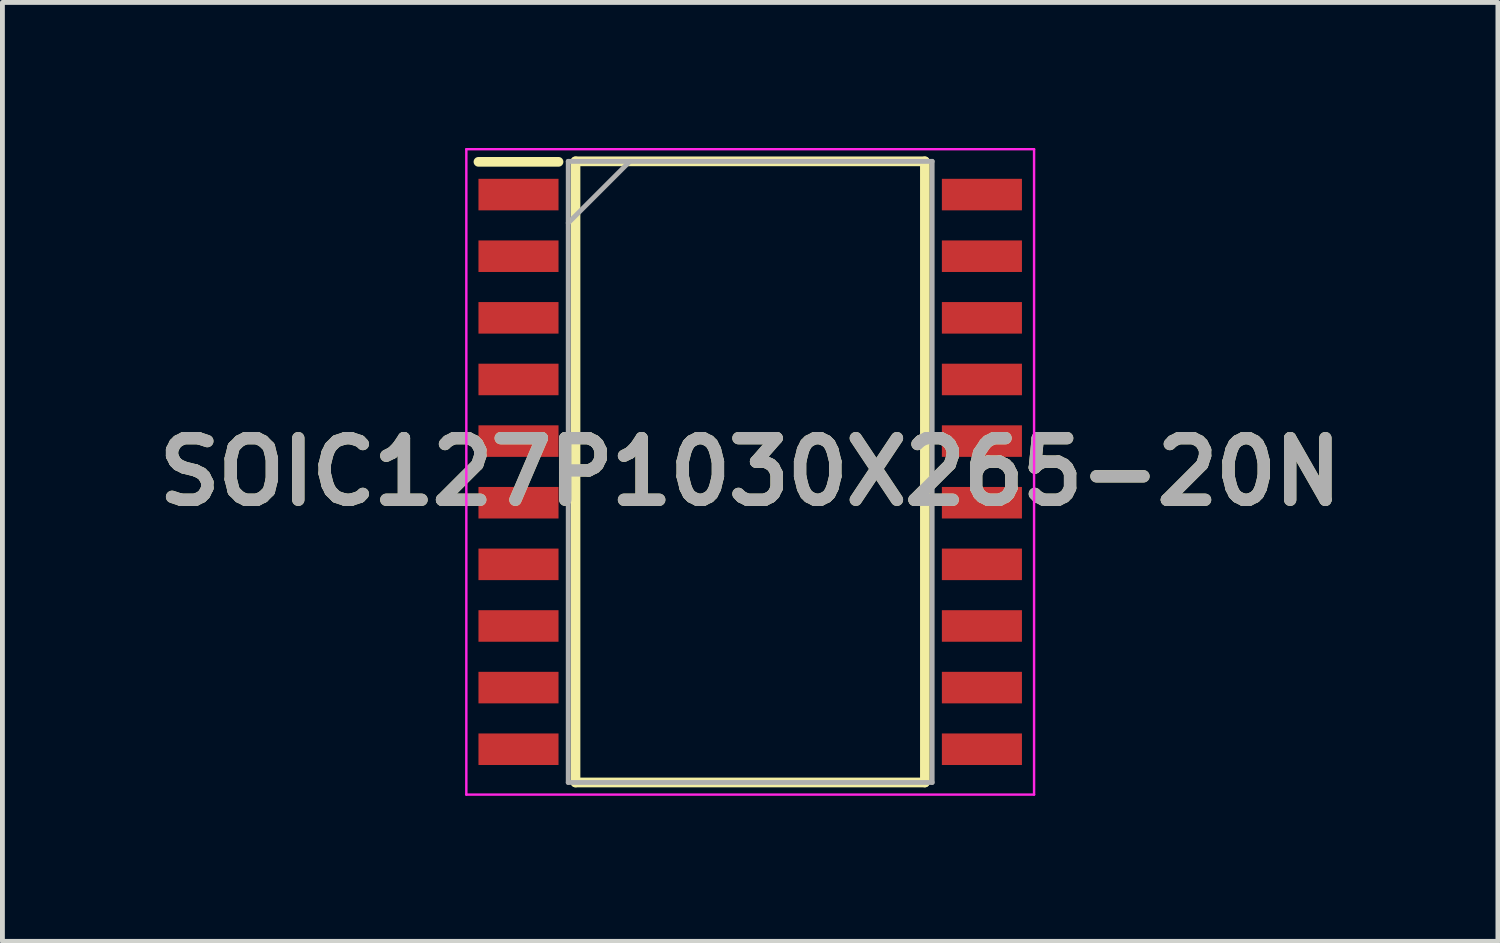
<source format=kicad_pcb>
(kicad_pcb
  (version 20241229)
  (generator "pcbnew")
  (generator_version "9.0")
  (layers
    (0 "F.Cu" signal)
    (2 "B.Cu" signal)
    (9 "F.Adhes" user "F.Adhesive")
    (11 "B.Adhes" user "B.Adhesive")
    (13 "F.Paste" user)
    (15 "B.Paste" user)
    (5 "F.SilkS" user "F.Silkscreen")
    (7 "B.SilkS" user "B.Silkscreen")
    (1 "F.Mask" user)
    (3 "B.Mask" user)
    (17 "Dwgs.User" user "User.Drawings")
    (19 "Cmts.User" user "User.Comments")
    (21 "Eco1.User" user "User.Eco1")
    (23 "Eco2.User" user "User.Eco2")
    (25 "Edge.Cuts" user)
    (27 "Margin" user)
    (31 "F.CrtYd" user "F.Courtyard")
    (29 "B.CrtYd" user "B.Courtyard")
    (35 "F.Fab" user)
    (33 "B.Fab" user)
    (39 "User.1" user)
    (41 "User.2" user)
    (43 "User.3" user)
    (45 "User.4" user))
  (footprint "SOIC127P1030X265-20N"
    (layer "F.Cu")
    (at 12.41 6.675)
    (property "Reference" "SOIC127P1030X265-20N" (at 0 0 0) (layer "F.SilkS") (effects (font (size 1.27 1.27) (thickness 0.254))))
    (attr smd)
    (fp_line (start -5.6 -6.39) (end -3.95 -6.39) (stroke (width 0.2) (type solid)) (layer "F.SilkS"))
    (fp_line (start -3.6 -6.4) (end 3.6 -6.4) (stroke (width 0.2) (type solid)) (layer "F.SilkS"))
    (fp_line (start -3.6 6.4) (end -3.6 -6.4) (stroke (width 0.2) (type solid)) (layer "F.SilkS"))
    (fp_line (start 3.6 -6.4) (end 3.6 6.4) (stroke (width 0.2) (type solid)) (layer "F.SilkS"))
    (fp_line (start 3.6 6.4) (end -3.6 6.4) (stroke (width 0.2) (type solid)) (layer "F.SilkS"))
    (fp_line (start -5.85 -6.65) (end 5.85 -6.65) (stroke (width 0.05) (type solid)) (layer "F.CrtYd"))
    (fp_line (start -5.85 6.65) (end -5.85 -6.65) (stroke (width 0.05) (type solid)) (layer "F.CrtYd"))
    (fp_line (start 5.85 -6.65) (end 5.85 6.65) (stroke (width 0.05) (type solid)) (layer "F.CrtYd"))
    (fp_line (start 5.85 6.65) (end -5.85 6.65) (stroke (width 0.05) (type solid)) (layer "F.CrtYd"))
    (fp_line (start -3.75 -6.4) (end 3.75 -6.4) (stroke (width 0.1) (type solid)) (layer "F.Fab"))
    (fp_line (start -3.75 -5.13) (end -2.48 -6.4) (stroke (width 0.1) (type solid)) (layer "F.Fab"))
    (fp_line (start -3.75 6.4) (end -3.75 -6.4) (stroke (width 0.1) (type solid)) (layer "F.Fab"))
    (fp_line (start 3.75 -6.4) (end 3.75 6.4) (stroke (width 0.1) (type solid)) (layer "F.Fab"))
    (fp_line (start 3.75 6.4) (end -3.75 6.4) (stroke (width 0.1) (type solid)) (layer "F.Fab"))
    (fp_text user "${REFERENCE}" (at 0 0 0) (layer "F.Fab") (effects (font (size 1.27 1.27) (thickness 0.254))))
    (pad "1" smd rect (at -4.775 -5.715 90) (size 0.65 1.65) (layers "F.Cu" "F.Mask" "F.Paste"))
    (pad "2" smd rect (at -4.775 -4.445 90) (size 0.65 1.65) (layers "F.Cu" "F.Mask" "F.Paste"))
    (pad "3" smd rect (at -4.775 -3.175 90) (size 0.65 1.65) (layers "F.Cu" "F.Mask" "F.Paste"))
    (pad "4" smd rect (at -4.775 -1.905 90) (size 0.65 1.65) (layers "F.Cu" "F.Mask" "F.Paste"))
    (pad "5" smd rect (at -4.775 -0.635 90) (size 0.65 1.65) (layers "F.Cu" "F.Mask" "F.Paste"))
    (pad "6" smd rect (at -4.775 0.635 90) (size 0.65 1.65) (layers "F.Cu" "F.Mask" "F.Paste"))
    (pad "7" smd rect (at -4.775 1.905 90) (size 0.65 1.65) (layers "F.Cu" "F.Mask" "F.Paste"))
    (pad "8" smd rect (at -4.775 3.175 90) (size 0.65 1.65) (layers "F.Cu" "F.Mask" "F.Paste"))
    (pad "9" smd rect (at -4.775 4.445 90) (size 0.65 1.65) (layers "F.Cu" "F.Mask" "F.Paste"))
    (pad "10" smd rect (at -4.775 5.715 90) (size 0.65 1.65) (layers "F.Cu" "F.Mask" "F.Paste"))
    (pad "11" smd rect (at 4.775 5.715 90) (size 0.65 1.65) (layers "F.Cu" "F.Mask" "F.Paste"))
    (pad "12" smd rect (at 4.775 4.445 90) (size 0.65 1.65) (layers "F.Cu" "F.Mask" "F.Paste"))
    (pad "13" smd rect (at 4.775 3.175 90) (size 0.65 1.65) (layers "F.Cu" "F.Mask" "F.Paste"))
    (pad "14" smd rect (at 4.775 1.905 90) (size 0.65 1.65) (layers "F.Cu" "F.Mask" "F.Paste"))
    (pad "15" smd rect (at 4.775 0.635 90) (size 0.65 1.65) (layers "F.Cu" "F.Mask" "F.Paste"))
    (pad "16" smd rect (at 4.775 -0.635 90) (size 0.65 1.65) (layers "F.Cu" "F.Mask" "F.Paste"))
    (pad "17" smd rect (at 4.775 -1.905 90) (size 0.65 1.65) (layers "F.Cu" "F.Mask" "F.Paste"))
    (pad "18" smd rect (at 4.775 -3.175 90) (size 0.65 1.65) (layers "F.Cu" "F.Mask" "F.Paste"))
    (pad "19" smd rect (at 4.775 -4.445 90) (size 0.65 1.65) (layers "F.Cu" "F.Mask" "F.Paste"))
    (pad "20" smd rect (at 4.775 -5.715 90) (size 0.65 1.65) (layers "F.Cu" "F.Mask" "F.Paste")))
  (gr_rect
    (start -3 -3)
    (end 27.819 16.35)
    (stroke (width 0.1) (type default))
    (fill no)
    (layer "Edge.Cuts")))
</source>
